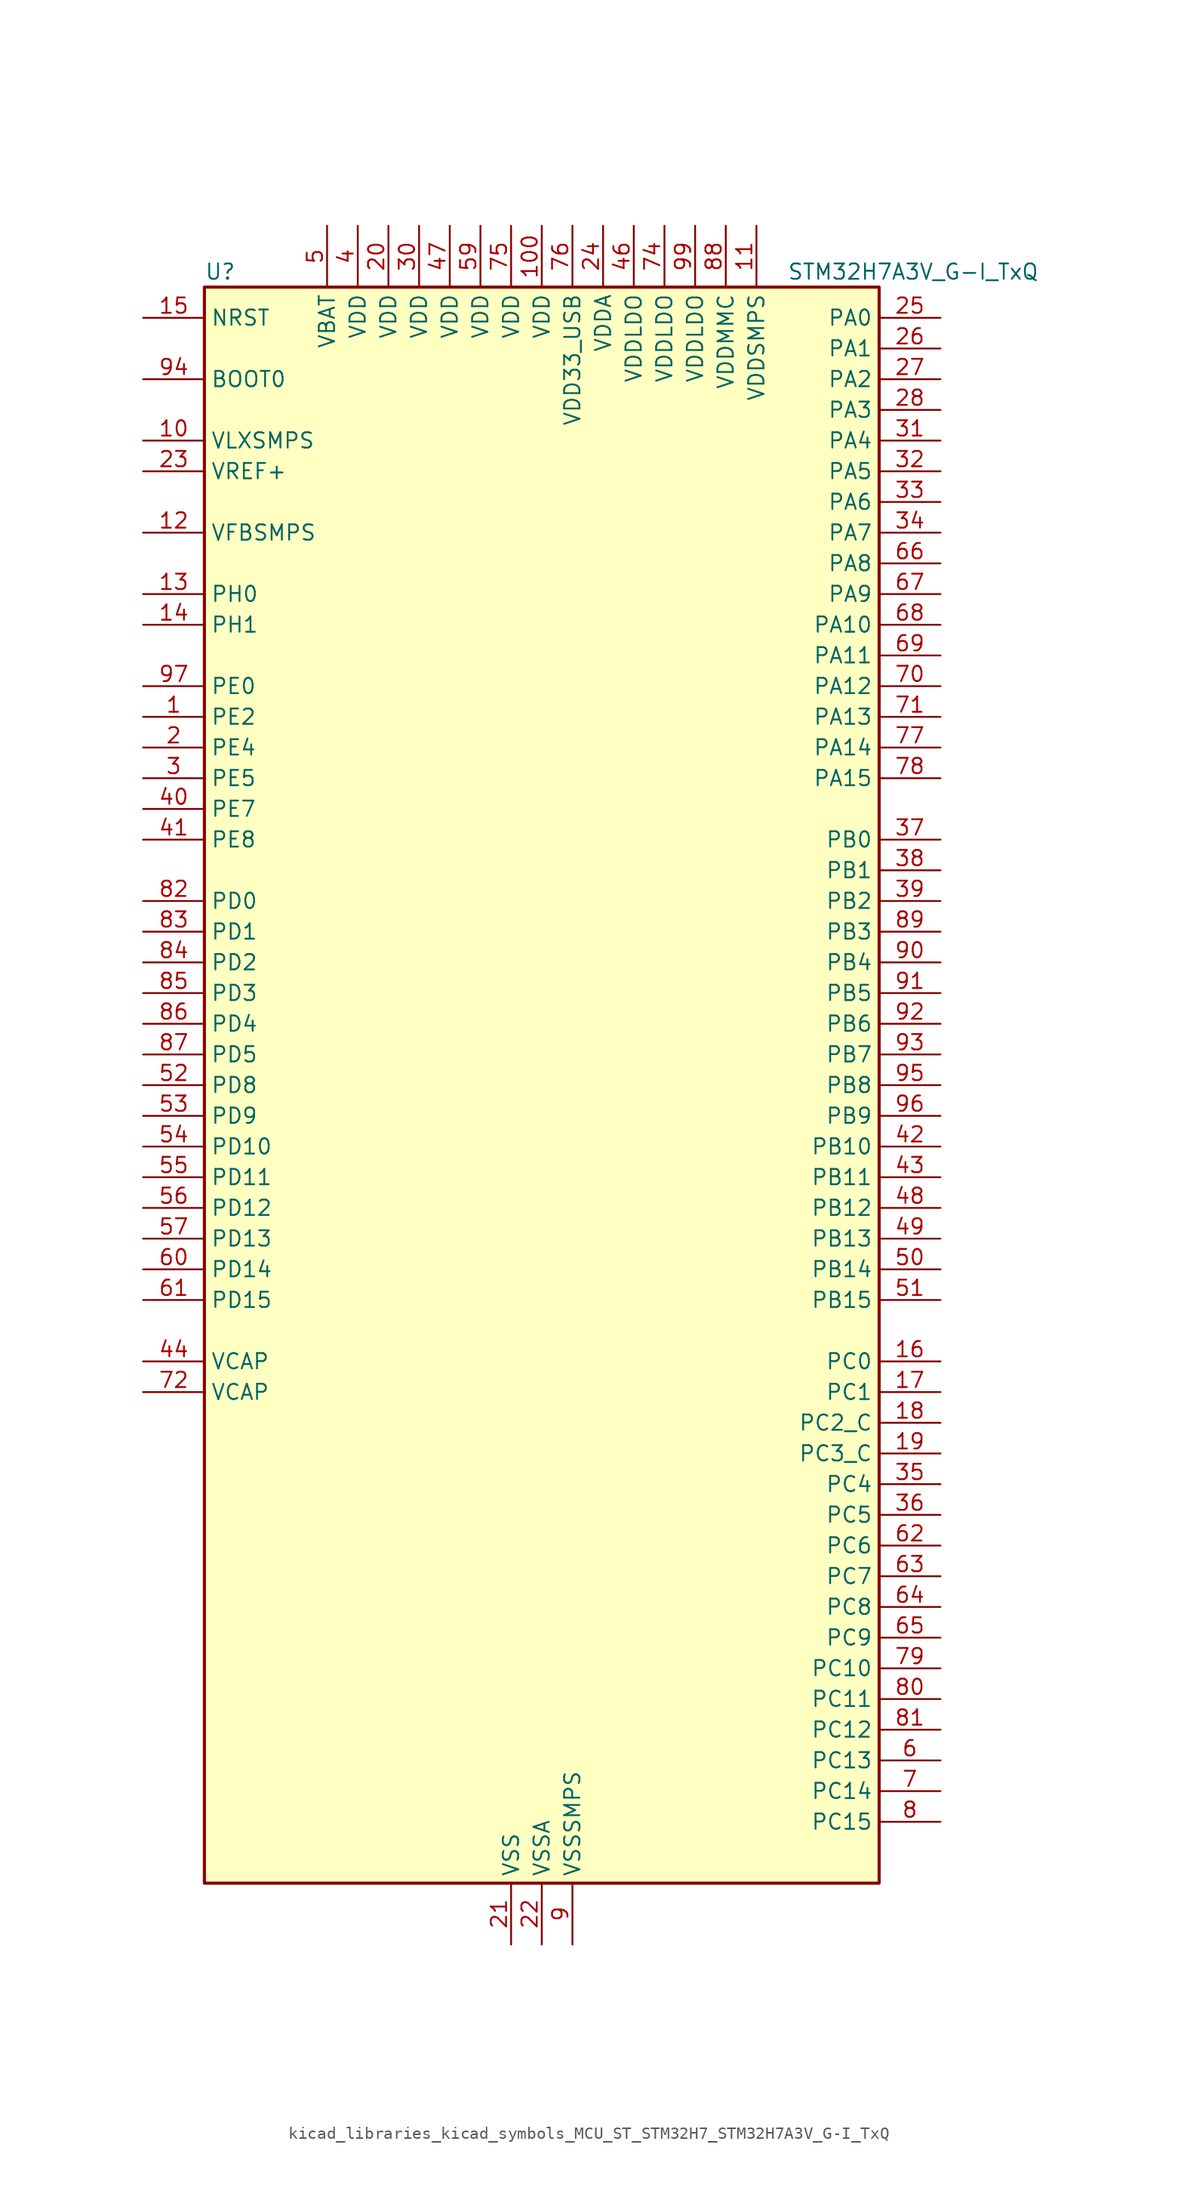
<source format=kicad_sym>
(kicad_symbol_lib
  (version 20220914)
  (generator kicad_symbol_editor)
  (symbol "kicad_libraries_kicad_symbols_MCU_ST_STM32H7_STM32H7A3V_G-I_TxQ"
    (property "Reference" "U"
      (at -27.94 67.31 0)
      (effects (font (size 1.27 1.27)) (justify left)))
    (property "Value" "STM32H7A3V_G-I_TxQ"
      (at 20.32 67.31 0)
      (effects (font (size 1.27 1.27)) (justify left)))
    (property "ki_locked" ""
      (at 0 0 0)
      (effects (font (size 1.27 1.27))))
    (symbol "kicad_libraries_kicad_symbols_MCU_ST_STM32H7_STM32H7A3V_G-I_TxQ_0_1"
      (rectangle (start -27.94 -66.04) (end 27.94 66.04) (stroke (width 0.254) (type default)) (fill (type background))))
    (symbol "kicad_libraries_kicad_symbols_MCU_ST_STM32H7_STM32H7A3V_G-I_TxQ_1_1"
      (pin bidirectional line (at -33.02 30.48 0) (length 5.08) (name "PE2" (effects (font (size 1.27 1.27)))) (number "1" (effects (font (size 1.27 1.27)))) (alternate "DEBUG_TRACECLK" bidirectional line) (alternate "FMC_A23" bidirectional line) (alternate "OCTOSPIM_P1_IO2" bidirectional line) (alternate "SAI1_CK1" bidirectional line) (alternate "SAI1_MCLK_A" bidirectional line) (alternate "SPI4_SCK" bidirectional line))
      (pin power_in line (at -33.02 53.34 0) (length 5.08) (name "VLXSMPS" (effects (font (size 1.27 1.27)))) (number "10" (effects (font (size 1.27 1.27)))))
      (pin power_in line (at 0 71.12 270) (length 5.08) (name "VDD" (effects (font (size 1.27 1.27)))) (number "100" (effects (font (size 1.27 1.27)))))
      (pin power_in line (at 17.78 71.12 270) (length 5.08) (name "VDDSMPS" (effects (font (size 1.27 1.27)))) (number "11" (effects (font (size 1.27 1.27)))))
      (pin input line (at -33.02 45.72 0) (length 5.08) (name "VFBSMPS" (effects (font (size 1.27 1.27)))) (number "12" (effects (font (size 1.27 1.27)))))
      (pin bidirectional line (at -33.02 40.64 0) (length 5.08) (name "PH0" (effects (font (size 1.27 1.27)))) (number "13" (effects (font (size 1.27 1.27)))) (alternate "RCC_OSC_IN" bidirectional line))
      (pin bidirectional line (at -33.02 38.1 0) (length 5.08) (name "PH1" (effects (font (size 1.27 1.27)))) (number "14" (effects (font (size 1.27 1.27)))) (alternate "RCC_OSC_OUT" bidirectional line))
      (pin input line (at -33.02 63.5 0) (length 5.08) (name "NRST" (effects (font (size 1.27 1.27)))) (number "15" (effects (font (size 1.27 1.27)))))
      (pin bidirectional line (at 33.02 -22.86 180) (length 5.08) (name "PC0" (effects (font (size 1.27 1.27)))) (number "16" (effects (font (size 1.27 1.27)))) (alternate "ADC1_INP10" bidirectional line) (alternate "ADC2_INP10" bidirectional line) (alternate "DFSDM1_CKIN0" bidirectional line) (alternate "DFSDM1_DATIN4" bidirectional line) (alternate "FMC_A25" bidirectional line) (alternate "FMC_SDNWE" bidirectional line) (alternate "LTDC_G2" bidirectional line) (alternate "LTDC_R5" bidirectional line) (alternate "SAI2_FS_B" bidirectional line) (alternate "USB_OTG_HS_ULPI_STP" bidirectional line))
      (pin bidirectional line (at 33.02 -25.4 180) (length 5.08) (name "PC1" (effects (font (size 1.27 1.27)))) (number "17" (effects (font (size 1.27 1.27)))) (alternate "ADC1_INN10" bidirectional line) (alternate "ADC1_INP11" bidirectional line) (alternate "ADC2_INN10" bidirectional line) (alternate "ADC2_INP11" bidirectional line) (alternate "DEBUG_TRACED0" bidirectional line) (alternate "DFSDM1_CKIN4" bidirectional line) (alternate "DFSDM1_DATIN0" bidirectional line) (alternate "I2S2_SDO" bidirectional line) (alternate "LTDC_G5" bidirectional line) (alternate "MDIOS_MDC" bidirectional line) (alternate "OCTOSPIM_P1_IO4" bidirectional line) (alternate "PWR_WKUP6" bidirectional line) (alternate "RTC_TAMP3" bidirectional line) (alternate "SAI1_D1" bidirectional line) (alternate "SAI1_SD_A" bidirectional line) (alternate "SDMMC2_CK" bidirectional line) (alternate "SPI2_MOSI" bidirectional line))
      (pin bidirectional line (at 33.02 -27.94 180) (length 5.08) (name "PC2_C" (effects (font (size 1.27 1.27)))) (number "18" (effects (font (size 1.27 1.27)))) (alternate "ADC2_INN1" bidirectional line) (alternate "ADC2_INP0" bidirectional line) (alternate "DFSDM1_CKIN1" bidirectional line) (alternate "DFSDM1_CKOUT" bidirectional line) (alternate "FMC_SDNE0" bidirectional line) (alternate "I2S2_SDI" bidirectional line) (alternate "OCTOSPIM_P1_IO2" bidirectional line) (alternate "OCTOSPIM_P1_IO5" bidirectional line) (alternate "PWR_CSTOP" bidirectional line) (alternate "SPI2_MISO" bidirectional line) (alternate "USB_OTG_HS_ULPI_DIR" bidirectional line))
      (pin bidirectional line (at 33.02 -30.48 180) (length 5.08) (name "PC3_C" (effects (font (size 1.27 1.27)))) (number "19" (effects (font (size 1.27 1.27)))) (alternate "ADC2_INP1" bidirectional line) (alternate "DFSDM1_DATIN1" bidirectional line) (alternate "FMC_SDCKE0" bidirectional line) (alternate "I2S2_SDO" bidirectional line) (alternate "OCTOSPIM_P1_IO0" bidirectional line) (alternate "OCTOSPIM_P1_IO6" bidirectional line) (alternate "PWR_CSLEEP" bidirectional line) (alternate "SPI2_MOSI" bidirectional line) (alternate "USB_OTG_HS_ULPI_NXT" bidirectional line))
      (pin bidirectional line (at -33.02 27.94 0) (length 5.08) (name "PE4" (effects (font (size 1.27 1.27)))) (number "2" (effects (font (size 1.27 1.27)))) (alternate "DCMI_D4" bidirectional line) (alternate "DEBUG_TRACED1" bidirectional line) (alternate "DFSDM1_DATIN3" bidirectional line) (alternate "FMC_A20" bidirectional line) (alternate "LTDC_B0" bidirectional line) (alternate "PSSI_D4" bidirectional line) (alternate "SAI1_D2" bidirectional line) (alternate "SAI1_FS_A" bidirectional line) (alternate "SPI4_NSS" bidirectional line) (alternate "TIM15_CH1N" bidirectional line))
      (pin power_in line (at -12.7 71.12 270) (length 5.08) (name "VDD" (effects (font (size 1.27 1.27)))) (number "20" (effects (font (size 1.27 1.27)))))
      (pin power_in line (at -2.54 -71.12 90) (length 5.08) (name "VSS" (effects (font (size 1.27 1.27)))) (number "21" (effects (font (size 1.27 1.27)))))
      (pin power_in line (at 0 -71.12 90) (length 5.08) (name "VSSA" (effects (font (size 1.27 1.27)))) (number "22" (effects (font (size 1.27 1.27)))))
      (pin input line (at -33.02 50.8 0) (length 5.08) (name "VREF+" (effects (font (size 1.27 1.27)))) (number "23" (effects (font (size 1.27 1.27)))) (alternate "VREFBUF_OUT" bidirectional line))
      (pin power_in line (at 5.08 71.12 270) (length 5.08) (name "VDDA" (effects (font (size 1.27 1.27)))) (number "24" (effects (font (size 1.27 1.27)))))
      (pin bidirectional line (at 33.02 63.5 180) (length 5.08) (name "PA0" (effects (font (size 1.27 1.27)))) (number "25" (effects (font (size 1.27 1.27)))) (alternate "ADC1_INP16" bidirectional line) (alternate "I2S6_WS" bidirectional line) (alternate "PWR_WKUP1" bidirectional line) (alternate "SAI2_SD_B" bidirectional line) (alternate "SDMMC2_CMD" bidirectional line) (alternate "SPI6_NSS" bidirectional line) (alternate "TIM15_BKIN" bidirectional line) (alternate "TIM2_CH1" bidirectional line) (alternate "TIM2_ETR" bidirectional line) (alternate "TIM5_CH1" bidirectional line) (alternate "TIM8_ETR" bidirectional line) (alternate "UART4_TX" bidirectional line) (alternate "USART2_CTS" bidirectional line) (alternate "USART2_NSS" bidirectional line))
      (pin bidirectional line (at 33.02 60.96 180) (length 5.08) (name "PA1" (effects (font (size 1.27 1.27)))) (number "26" (effects (font (size 1.27 1.27)))) (alternate "ADC1_INN16" bidirectional line) (alternate "ADC1_INP17" bidirectional line) (alternate "LPTIM3_OUT" bidirectional line) (alternate "LTDC_R2" bidirectional line) (alternate "OCTOSPIM_P1_DQS" bidirectional line) (alternate "OCTOSPIM_P1_IO3" bidirectional line) (alternate "SAI2_MCLK_B" bidirectional line) (alternate "TIM15_CH1N" bidirectional line) (alternate "TIM2_CH2" bidirectional line) (alternate "TIM5_CH2" bidirectional line) (alternate "UART4_RX" bidirectional line) (alternate "USART2_DE" bidirectional line) (alternate "USART2_RTS" bidirectional line))
      (pin bidirectional line (at 33.02 58.42 180) (length 5.08) (name "PA2" (effects (font (size 1.27 1.27)))) (number "27" (effects (font (size 1.27 1.27)))) (alternate "ADC1_INP14" bidirectional line) (alternate "DFSDM2_CKIN1" bidirectional line) (alternate "LTDC_R1" bidirectional line) (alternate "MDIOS_MDIO" bidirectional line) (alternate "PWR_WKUP2" bidirectional line) (alternate "SAI2_SCK_B" bidirectional line) (alternate "TIM15_CH1" bidirectional line) (alternate "TIM2_CH3" bidirectional line) (alternate "TIM5_CH3" bidirectional line) (alternate "USART2_TX" bidirectional line))
      (pin bidirectional line (at 33.02 55.88 180) (length 5.08) (name "PA3" (effects (font (size 1.27 1.27)))) (number "28" (effects (font (size 1.27 1.27)))) (alternate "ADC1_INP15" bidirectional line) (alternate "I2S6_MCK" bidirectional line) (alternate "LTDC_B2" bidirectional line) (alternate "LTDC_B5" bidirectional line) (alternate "OCTOSPIM_P1_CLK" bidirectional line) (alternate "TIM15_CH2" bidirectional line) (alternate "TIM2_CH4" bidirectional line) (alternate "TIM5_CH4" bidirectional line) (alternate "USART2_RX" bidirectional line) (alternate "USB_OTG_HS_ULPI_D0" bidirectional line))
      (pin passive line (at -2.54 -71.12 90) (length 5.08) hide (name "VSS" (effects (font (size 1.27 1.27)))) (number "29" (effects (font (size 1.27 1.27)))))
      (pin bidirectional line (at -33.02 25.4 0) (length 5.08) (name "PE5" (effects (font (size 1.27 1.27)))) (number "3" (effects (font (size 1.27 1.27)))) (alternate "DCMI_D6" bidirectional line) (alternate "DEBUG_TRACED2" bidirectional line) (alternate "DFSDM1_CKIN3" bidirectional line) (alternate "FMC_A21" bidirectional line) (alternate "LTDC_G0" bidirectional line) (alternate "PSSI_D6" bidirectional line) (alternate "SAI1_CK2" bidirectional line) (alternate "SAI1_SCK_A" bidirectional line) (alternate "SPI4_MISO" bidirectional line) (alternate "TIM15_CH1" bidirectional line))
      (pin power_in line (at -10.16 71.12 270) (length 5.08) (name "VDD" (effects (font (size 1.27 1.27)))) (number "30" (effects (font (size 1.27 1.27)))))
      (pin bidirectional line (at 33.02 53.34 180) (length 5.08) (name "PA4" (effects (font (size 1.27 1.27)))) (number "31" (effects (font (size 1.27 1.27)))) (alternate "ADC1_INP18" bidirectional line) (alternate "DAC1_OUT1" bidirectional line) (alternate "DCMI_HSYNC" bidirectional line) (alternate "I2S1_WS" bidirectional line) (alternate "I2S3_WS" bidirectional line) (alternate "I2S6_WS" bidirectional line) (alternate "LTDC_VSYNC" bidirectional line) (alternate "PSSI_DE" bidirectional line) (alternate "SPI1_NSS" bidirectional line) (alternate "SPI3_NSS" bidirectional line) (alternate "SPI6_NSS" bidirectional line) (alternate "TIM5_ETR" bidirectional line) (alternate "USART2_CK" bidirectional line))
      (pin bidirectional line (at 33.02 50.8 180) (length 5.08) (name "PA5" (effects (font (size 1.27 1.27)))) (number "32" (effects (font (size 1.27 1.27)))) (alternate "ADC1_INN18" bidirectional line) (alternate "ADC1_INP19" bidirectional line) (alternate "DAC1_OUT2" bidirectional line) (alternate "I2S1_CK" bidirectional line) (alternate "I2S6_CK" bidirectional line) (alternate "LTDC_R4" bidirectional line) (alternate "PSSI_D14" bidirectional line) (alternate "PWR_NDSTOP2" bidirectional line) (alternate "SPI1_SCK" bidirectional line) (alternate "SPI6_SCK" bidirectional line) (alternate "TIM2_CH1" bidirectional line) (alternate "TIM2_ETR" bidirectional line) (alternate "TIM8_CH1N" bidirectional line) (alternate "USB_OTG_HS_ULPI_CK" bidirectional line))
      (pin bidirectional line (at 33.02 48.26 180) (length 5.08) (name "PA6" (effects (font (size 1.27 1.27)))) (number "33" (effects (font (size 1.27 1.27)))) (alternate "ADC1_INP3" bidirectional line) (alternate "ADC2_INP3" bidirectional line) (alternate "DAC2_OUT1" bidirectional line) (alternate "DCMI_PIXCLK" bidirectional line) (alternate "I2S1_SDI" bidirectional line) (alternate "I2S6_SDI" bidirectional line) (alternate "LTDC_G2" bidirectional line) (alternate "MDIOS_MDC" bidirectional line) (alternate "OCTOSPIM_P1_IO3" bidirectional line) (alternate "PSSI_PDCK" bidirectional line) (alternate "SPI1_MISO" bidirectional line) (alternate "SPI6_MISO" bidirectional line) (alternate "TIM13_CH1" bidirectional line) (alternate "TIM1_BKIN" bidirectional line) (alternate "TIM1_BKIN_COMP1" bidirectional line) (alternate "TIM1_BKIN_COMP2" bidirectional line) (alternate "TIM3_CH1" bidirectional line) (alternate "TIM8_BKIN" bidirectional line) (alternate "TIM8_BKIN_COMP1" bidirectional line) (alternate "TIM8_BKIN_COMP2" bidirectional line))
      (pin bidirectional line (at 33.02 45.72 180) (length 5.08) (name "PA7" (effects (font (size 1.27 1.27)))) (number "34" (effects (font (size 1.27 1.27)))) (alternate "ADC1_INN3" bidirectional line) (alternate "ADC1_INP7" bidirectional line) (alternate "ADC2_INN3" bidirectional line) (alternate "ADC2_INP7" bidirectional line) (alternate "DFSDM2_DATIN1" bidirectional line) (alternate "FMC_SDNWE" bidirectional line) (alternate "I2S1_SDO" bidirectional line) (alternate "I2S6_SDO" bidirectional line) (alternate "LTDC_VSYNC" bidirectional line) (alternate "OCTOSPIM_P1_IO2" bidirectional line) (alternate "OPAMP1_VINM" bidirectional line) (alternate "SPI1_MOSI" bidirectional line) (alternate "SPI6_MOSI" bidirectional line) (alternate "TIM14_CH1" bidirectional line) (alternate "TIM1_CH1N" bidirectional line) (alternate "TIM3_CH2" bidirectional line) (alternate "TIM8_CH1N" bidirectional line))
      (pin bidirectional line (at 33.02 -33.02 180) (length 5.08) (name "PC4" (effects (font (size 1.27 1.27)))) (number "35" (effects (font (size 1.27 1.27)))) (alternate "ADC1_INP4" bidirectional line) (alternate "ADC2_INP4" bidirectional line) (alternate "COMP1_INM" bidirectional line) (alternate "DFSDM1_CKIN2" bidirectional line) (alternate "FMC_SDNE0" bidirectional line) (alternate "I2S1_MCK" bidirectional line) (alternate "LTDC_R7" bidirectional line) (alternate "OPAMP1_VOUT" bidirectional line))
      (pin bidirectional line (at 33.02 -35.56 180) (length 5.08) (name "PC5" (effects (font (size 1.27 1.27)))) (number "36" (effects (font (size 1.27 1.27)))) (alternate "ADC1_INN4" bidirectional line) (alternate "ADC1_INP8" bidirectional line) (alternate "ADC2_INN4" bidirectional line) (alternate "ADC2_INP8" bidirectional line) (alternate "COMP1_OUT" bidirectional line) (alternate "DFSDM1_DATIN2" bidirectional line) (alternate "FMC_SDCKE0" bidirectional line) (alternate "LTDC_DE" bidirectional line) (alternate "OCTOSPIM_P1_DQS" bidirectional line) (alternate "OPAMP1_VINM" bidirectional line) (alternate "PSSI_D15" bidirectional line) (alternate "SAI1_D3" bidirectional line))
      (pin bidirectional line (at 33.02 20.32 180) (length 5.08) (name "PB0" (effects (font (size 1.27 1.27)))) (number "37" (effects (font (size 1.27 1.27)))) (alternate "ADC1_INN5" bidirectional line) (alternate "ADC1_INP9" bidirectional line) (alternate "ADC2_INN5" bidirectional line) (alternate "ADC2_INP9" bidirectional line) (alternate "COMP1_INP" bidirectional line) (alternate "DFSDM1_CKOUT" bidirectional line) (alternate "DFSDM2_CKOUT" bidirectional line) (alternate "LTDC_G1" bidirectional line) (alternate "LTDC_R3" bidirectional line) (alternate "OCTOSPIM_P1_IO1" bidirectional line) (alternate "OPAMP1_VINP" bidirectional line) (alternate "TIM1_CH2N" bidirectional line) (alternate "TIM3_CH3" bidirectional line) (alternate "TIM8_CH2N" bidirectional line) (alternate "UART4_CTS" bidirectional line) (alternate "USB_OTG_HS_ULPI_D1" bidirectional line))
      (pin bidirectional line (at 33.02 17.78 180) (length 5.08) (name "PB1" (effects (font (size 1.27 1.27)))) (number "38" (effects (font (size 1.27 1.27)))) (alternate "ADC1_INP5" bidirectional line) (alternate "ADC2_INP5" bidirectional line) (alternate "COMP1_INM" bidirectional line) (alternate "DFSDM1_DATIN1" bidirectional line) (alternate "LTDC_G0" bidirectional line) (alternate "LTDC_R6" bidirectional line) (alternate "OCTOSPIM_P1_IO0" bidirectional line) (alternate "TIM1_CH3N" bidirectional line) (alternate "TIM3_CH4" bidirectional line) (alternate "TIM8_CH3N" bidirectional line) (alternate "USB_OTG_HS_ULPI_D2" bidirectional line))
      (pin bidirectional line (at 33.02 15.24 180) (length 5.08) (name "PB2" (effects (font (size 1.27 1.27)))) (number "39" (effects (font (size 1.27 1.27)))) (alternate "COMP1_INP" bidirectional line) (alternate "DFSDM1_CKIN1" bidirectional line) (alternate "I2S3_SDO" bidirectional line) (alternate "OCTOSPIM_P1_CLK" bidirectional line) (alternate "OCTOSPIM_P1_DQS" bidirectional line) (alternate "RTC_OUT_ALARM" bidirectional line) (alternate "RTC_OUT_CALIB" bidirectional line) (alternate "SAI1_D1" bidirectional line) (alternate "SAI1_SD_A" bidirectional line) (alternate "SPI3_MOSI" bidirectional line))
      (pin power_in line (at -15.24 71.12 270) (length 5.08) (name "VDD" (effects (font (size 1.27 1.27)))) (number "4" (effects (font (size 1.27 1.27)))))
      (pin bidirectional line (at -33.02 22.86 0) (length 5.08) (name "PE7" (effects (font (size 1.27 1.27)))) (number "40" (effects (font (size 1.27 1.27)))) (alternate "COMP2_INM" bidirectional line) (alternate "DFSDM1_DATIN2" bidirectional line) (alternate "FMC_D4" bidirectional line) (alternate "FMC_DA4" bidirectional line) (alternate "OCTOSPIM_P1_IO4" bidirectional line) (alternate "OPAMP2_VOUT" bidirectional line) (alternate "TIM1_ETR" bidirectional line) (alternate "UART7_RX" bidirectional line))
      (pin bidirectional line (at -33.02 20.32 0) (length 5.08) (name "PE8" (effects (font (size 1.27 1.27)))) (number "41" (effects (font (size 1.27 1.27)))) (alternate "COMP2_OUT" bidirectional line) (alternate "DFSDM1_CKIN2" bidirectional line) (alternate "FMC_D5" bidirectional line) (alternate "FMC_DA5" bidirectional line) (alternate "OCTOSPIM_P1_IO5" bidirectional line) (alternate "OPAMP2_VINM" bidirectional line) (alternate "TIM1_CH1N" bidirectional line) (alternate "UART7_TX" bidirectional line))
      (pin bidirectional line (at 33.02 -5.08 180) (length 5.08) (name "PB10" (effects (font (size 1.27 1.27)))) (number "42" (effects (font (size 1.27 1.27)))) (alternate "DFSDM1_DATIN7" bidirectional line) (alternate "I2C2_SCL" bidirectional line) (alternate "I2S2_CK" bidirectional line) (alternate "LPTIM2_IN1" bidirectional line) (alternate "LTDC_G4" bidirectional line) (alternate "OCTOSPIM_P1_NCS" bidirectional line) (alternate "SPI2_SCK" bidirectional line) (alternate "TIM2_CH3" bidirectional line) (alternate "USART3_TX" bidirectional line) (alternate "USB_OTG_HS_ULPI_D3" bidirectional line))
      (pin bidirectional line (at 33.02 -7.62 180) (length 5.08) (name "PB11" (effects (font (size 1.27 1.27)))) (number "43" (effects (font (size 1.27 1.27)))) (alternate "ADC1_EXTI11" bidirectional line) (alternate "ADC2_EXTI11" bidirectional line) (alternate "DFSDM1_CKIN7" bidirectional line) (alternate "I2C2_SDA" bidirectional line) (alternate "LPTIM2_ETR" bidirectional line) (alternate "LTDC_G5" bidirectional line) (alternate "TIM2_CH4" bidirectional line) (alternate "USART3_RX" bidirectional line) (alternate "USB_OTG_HS_ULPI_D4" bidirectional line))
      (pin power_out line (at -33.02 -22.86 0) (length 5.08) (name "VCAP" (effects (font (size 1.27 1.27)))) (number "44" (effects (font (size 1.27 1.27)))))
      (pin passive line (at -2.54 -71.12 90) (length 5.08) hide (name "VSS" (effects (font (size 1.27 1.27)))) (number "45" (effects (font (size 1.27 1.27)))))
      (pin power_in line (at 7.62 71.12 270) (length 5.08) (name "VDDLDO" (effects (font (size 1.27 1.27)))) (number "46" (effects (font (size 1.27 1.27)))))
      (pin power_in line (at -7.62 71.12 270) (length 5.08) (name "VDD" (effects (font (size 1.27 1.27)))) (number "47" (effects (font (size 1.27 1.27)))))
      (pin bidirectional line (at 33.02 -10.16 180) (length 5.08) (name "PB12" (effects (font (size 1.27 1.27)))) (number "48" (effects (font (size 1.27 1.27)))) (alternate "DFSDM1_DATIN1" bidirectional line) (alternate "DFSDM2_DATIN1" bidirectional line) (alternate "FDCAN2_RX" bidirectional line) (alternate "I2C2_SMBA" bidirectional line) (alternate "I2S2_WS" bidirectional line) (alternate "OCTOSPIM_P1_NCLK" bidirectional line) (alternate "SPI2_NSS" bidirectional line) (alternate "TIM1_BKIN" bidirectional line) (alternate "TIM1_BKIN_COMP1" bidirectional line) (alternate "TIM1_BKIN_COMP2" bidirectional line) (alternate "UART5_RX" bidirectional line) (alternate "USART3_CK" bidirectional line) (alternate "USB_OTG_HS_ULPI_D5" bidirectional line))
      (pin bidirectional line (at 33.02 -12.7 180) (length 5.08) (name "PB13" (effects (font (size 1.27 1.27)))) (number "49" (effects (font (size 1.27 1.27)))) (alternate "DCMI_D2" bidirectional line) (alternate "DFSDM1_CKIN1" bidirectional line) (alternate "DFSDM2_CKIN1" bidirectional line) (alternate "FDCAN2_TX" bidirectional line) (alternate "I2S2_CK" bidirectional line) (alternate "LPTIM2_OUT" bidirectional line) (alternate "PSSI_D2" bidirectional line) (alternate "SDMMC1_D0" bidirectional line) (alternate "SPI2_SCK" bidirectional line) (alternate "TIM1_CH1N" bidirectional line) (alternate "UART5_TX" bidirectional line) (alternate "USART3_CTS" bidirectional line) (alternate "USART3_NSS" bidirectional line) (alternate "USB_OTG_HS_ULPI_D6" bidirectional line))
      (pin power_in line (at -17.78 71.12 270) (length 5.08) (name "VBAT" (effects (font (size 1.27 1.27)))) (number "5" (effects (font (size 1.27 1.27)))))
      (pin bidirectional line (at 33.02 -15.24 180) (length 5.08) (name "PB14" (effects (font (size 1.27 1.27)))) (number "50" (effects (font (size 1.27 1.27)))) (alternate "DFSDM1_DATIN2" bidirectional line) (alternate "I2S2_SDI" bidirectional line) (alternate "LTDC_CLK" bidirectional line) (alternate "SDMMC2_D0" bidirectional line) (alternate "SPI2_MISO" bidirectional line) (alternate "TIM12_CH1" bidirectional line) (alternate "TIM1_CH2N" bidirectional line) (alternate "TIM8_CH2N" bidirectional line) (alternate "UART4_DE" bidirectional line) (alternate "UART4_RTS" bidirectional line) (alternate "USART1_TX" bidirectional line) (alternate "USART3_DE" bidirectional line) (alternate "USART3_RTS" bidirectional line))
      (pin bidirectional line (at 33.02 -17.78 180) (length 5.08) (name "PB15" (effects (font (size 1.27 1.27)))) (number "51" (effects (font (size 1.27 1.27)))) (alternate "ADC1_EXTI15" bidirectional line) (alternate "ADC2_EXTI15" bidirectional line) (alternate "DFSDM1_CKIN2" bidirectional line) (alternate "I2S2_SDO" bidirectional line) (alternate "LTDC_G7" bidirectional line) (alternate "RTC_REFIN" bidirectional line) (alternate "SDMMC2_D1" bidirectional line) (alternate "SPI2_MOSI" bidirectional line) (alternate "TIM12_CH2" bidirectional line) (alternate "TIM1_CH3N" bidirectional line) (alternate "TIM8_CH3N" bidirectional line) (alternate "UART4_CTS" bidirectional line) (alternate "USART1_RX" bidirectional line))
      (pin bidirectional line (at -33.02 0 0) (length 5.08) (name "PD8" (effects (font (size 1.27 1.27)))) (number "52" (effects (font (size 1.27 1.27)))) (alternate "DFSDM1_CKIN3" bidirectional line) (alternate "FMC_D13" bidirectional line) (alternate "FMC_DA13" bidirectional line) (alternate "USART3_TX" bidirectional line))
      (pin bidirectional line (at -33.02 -2.54 0) (length 5.08) (name "PD9" (effects (font (size 1.27 1.27)))) (number "53" (effects (font (size 1.27 1.27)))) (alternate "DAC1_EXTI9" bidirectional line) (alternate "DFSDM1_DATIN3" bidirectional line) (alternate "FMC_D14" bidirectional line) (alternate "FMC_DA14" bidirectional line) (alternate "USART3_RX" bidirectional line))
      (pin bidirectional line (at -33.02 -5.08 0) (length 5.08) (name "PD10" (effects (font (size 1.27 1.27)))) (number "54" (effects (font (size 1.27 1.27)))) (alternate "DFSDM1_CKOUT" bidirectional line) (alternate "DFSDM2_CKOUT" bidirectional line) (alternate "FMC_D15" bidirectional line) (alternate "FMC_DA15" bidirectional line) (alternate "LTDC_B3" bidirectional line) (alternate "USART3_CK" bidirectional line))
      (pin bidirectional line (at -33.02 -7.62 0) (length 5.08) (name "PD11" (effects (font (size 1.27 1.27)))) (number "55" (effects (font (size 1.27 1.27)))) (alternate "ADC1_EXTI11" bidirectional line) (alternate "ADC2_EXTI11" bidirectional line) (alternate "FMC_A16" bidirectional line) (alternate "FMC_CLE" bidirectional line) (alternate "I2C4_SMBA" bidirectional line) (alternate "LPTIM2_IN2" bidirectional line) (alternate "OCTOSPIM_P1_IO0" bidirectional line) (alternate "SAI2_SD_A" bidirectional line) (alternate "USART3_CTS" bidirectional line) (alternate "USART3_NSS" bidirectional line))
      (pin bidirectional line (at -33.02 -10.16 0) (length 5.08) (name "PD12" (effects (font (size 1.27 1.27)))) (number "56" (effects (font (size 1.27 1.27)))) (alternate "DCMI_D12" bidirectional line) (alternate "FMC_A17" bidirectional line) (alternate "FMC_ALE" bidirectional line) (alternate "I2C4_SCL" bidirectional line) (alternate "LPTIM1_IN1" bidirectional line) (alternate "LPTIM2_IN1" bidirectional line) (alternate "OCTOSPIM_P1_IO1" bidirectional line) (alternate "PSSI_D12" bidirectional line) (alternate "SAI2_FS_A" bidirectional line) (alternate "TIM4_CH1" bidirectional line) (alternate "USART3_DE" bidirectional line) (alternate "USART3_RTS" bidirectional line))
      (pin bidirectional line (at -33.02 -12.7 0) (length 5.08) (name "PD13" (effects (font (size 1.27 1.27)))) (number "57" (effects (font (size 1.27 1.27)))) (alternate "DCMI_D13" bidirectional line) (alternate "FMC_A18" bidirectional line) (alternate "I2C4_SDA" bidirectional line) (alternate "LPTIM1_OUT" bidirectional line) (alternate "OCTOSPIM_P1_IO3" bidirectional line) (alternate "PSSI_D13" bidirectional line) (alternate "SAI2_SCK_A" bidirectional line) (alternate "TIM4_CH2" bidirectional line) (alternate "UART9_DE" bidirectional line) (alternate "UART9_RTS" bidirectional line))
      (pin passive line (at -2.54 -71.12 90) (length 5.08) hide (name "VSS" (effects (font (size 1.27 1.27)))) (number "58" (effects (font (size 1.27 1.27)))))
      (pin power_in line (at -5.08 71.12 270) (length 5.08) (name "VDD" (effects (font (size 1.27 1.27)))) (number "59" (effects (font (size 1.27 1.27)))))
      (pin bidirectional line (at 33.02 -55.88 180) (length 5.08) (name "PC13" (effects (font (size 1.27 1.27)))) (number "6" (effects (font (size 1.27 1.27)))) (alternate "PWR_WKUP4" bidirectional line) (alternate "RTC_OUT_ALARM" bidirectional line) (alternate "RTC_OUT_CALIB" bidirectional line) (alternate "RTC_TAMP1" bidirectional line) (alternate "RTC_TS" bidirectional line))
      (pin bidirectional line (at -33.02 -15.24 0) (length 5.08) (name "PD14" (effects (font (size 1.27 1.27)))) (number "60" (effects (font (size 1.27 1.27)))) (alternate "FMC_D0" bidirectional line) (alternate "FMC_DA0" bidirectional line) (alternate "TIM4_CH3" bidirectional line) (alternate "UART8_CTS" bidirectional line) (alternate "UART9_RX" bidirectional line))
      (pin bidirectional line (at -33.02 -17.78 0) (length 5.08) (name "PD15" (effects (font (size 1.27 1.27)))) (number "61" (effects (font (size 1.27 1.27)))) (alternate "ADC1_EXTI15" bidirectional line) (alternate "ADC2_EXTI15" bidirectional line) (alternate "FMC_D1" bidirectional line) (alternate "FMC_DA1" bidirectional line) (alternate "TIM4_CH4" bidirectional line) (alternate "UART8_DE" bidirectional line) (alternate "UART8_RTS" bidirectional line) (alternate "UART9_TX" bidirectional line))
      (pin bidirectional line (at 33.02 -38.1 180) (length 5.08) (name "PC6" (effects (font (size 1.27 1.27)))) (number "62" (effects (font (size 1.27 1.27)))) (alternate "DCMI_D0" bidirectional line) (alternate "DFSDM1_CKIN3" bidirectional line) (alternate "FMC_NWAIT" bidirectional line) (alternate "I2S2_MCK" bidirectional line) (alternate "LTDC_HSYNC" bidirectional line) (alternate "PSSI_D0" bidirectional line) (alternate "SDMMC1_D0DIR" bidirectional line) (alternate "SDMMC1_D6" bidirectional line) (alternate "SDMMC2_D6" bidirectional line) (alternate "SWPMI1_IO" bidirectional line) (alternate "TIM3_CH1" bidirectional line) (alternate "TIM8_CH1" bidirectional line) (alternate "USART6_TX" bidirectional line))
      (pin bidirectional line (at 33.02 -40.64 180) (length 5.08) (name "PC7" (effects (font (size 1.27 1.27)))) (number "63" (effects (font (size 1.27 1.27)))) (alternate "DCMI_D1" bidirectional line) (alternate "DEBUG_TRGIO" bidirectional line) (alternate "DFSDM1_DATIN3" bidirectional line) (alternate "FMC_NE1" bidirectional line) (alternate "I2S3_MCK" bidirectional line) (alternate "LTDC_G6" bidirectional line) (alternate "PSSI_D1" bidirectional line) (alternate "SDMMC1_D123DIR" bidirectional line) (alternate "SDMMC1_D7" bidirectional line) (alternate "SDMMC2_D7" bidirectional line) (alternate "SWPMI1_TX" bidirectional line) (alternate "TIM3_CH2" bidirectional line) (alternate "TIM8_CH2" bidirectional line) (alternate "USART6_RX" bidirectional line))
      (pin bidirectional line (at 33.02 -43.18 180) (length 5.08) (name "PC8" (effects (font (size 1.27 1.27)))) (number "64" (effects (font (size 1.27 1.27)))) (alternate "DCMI_D2" bidirectional line) (alternate "DEBUG_TRACED1" bidirectional line) (alternate "FMC_INT" bidirectional line) (alternate "FMC_NCE" bidirectional line) (alternate "FMC_NE2" bidirectional line) (alternate "PSSI_D2" bidirectional line) (alternate "SDMMC1_D0" bidirectional line) (alternate "SWPMI1_RX" bidirectional line) (alternate "TIM3_CH3" bidirectional line) (alternate "TIM8_CH3" bidirectional line) (alternate "UART5_DE" bidirectional line) (alternate "UART5_RTS" bidirectional line) (alternate "USART6_CK" bidirectional line))
      (pin bidirectional line (at 33.02 -45.72 180) (length 5.08) (name "PC9" (effects (font (size 1.27 1.27)))) (number "65" (effects (font (size 1.27 1.27)))) (alternate "DAC1_EXTI9" bidirectional line) (alternate "DCMI_D3" bidirectional line) (alternate "I2C3_SDA" bidirectional line) (alternate "I2S_CKIN" bidirectional line) (alternate "LTDC_B2" bidirectional line) (alternate "LTDC_G3" bidirectional line) (alternate "OCTOSPIM_P1_IO0" bidirectional line) (alternate "PSSI_D3" bidirectional line) (alternate "RCC_MCO_2" bidirectional line) (alternate "SDMMC1_D1" bidirectional line) (alternate "SWPMI1_SUSPEND" bidirectional line) (alternate "TIM3_CH4" bidirectional line) (alternate "TIM8_CH4" bidirectional line) (alternate "UART5_CTS" bidirectional line))
      (pin bidirectional line (at 33.02 43.18 180) (length 5.08) (name "PA8" (effects (font (size 1.27 1.27)))) (number "66" (effects (font (size 1.27 1.27)))) (alternate "I2C3_SCL" bidirectional line) (alternate "LTDC_B3" bidirectional line) (alternate "LTDC_R6" bidirectional line) (alternate "RCC_MCO_1" bidirectional line) (alternate "TIM1_CH1" bidirectional line) (alternate "TIM8_BKIN2" bidirectional line) (alternate "TIM8_BKIN2_COMP1" bidirectional line) (alternate "TIM8_BKIN2_COMP2" bidirectional line) (alternate "UART7_RX" bidirectional line) (alternate "USART1_CK" bidirectional line) (alternate "USB_OTG_HS_SOF" bidirectional line))
      (pin bidirectional line (at 33.02 40.64 180) (length 5.08) (name "PA9" (effects (font (size 1.27 1.27)))) (number "67" (effects (font (size 1.27 1.27)))) (alternate "DAC1_EXTI9" bidirectional line) (alternate "DCMI_D0" bidirectional line) (alternate "I2C3_SMBA" bidirectional line) (alternate "I2S2_CK" bidirectional line) (alternate "LPUART1_TX" bidirectional line) (alternate "LTDC_R5" bidirectional line) (alternate "PSSI_D0" bidirectional line) (alternate "SPI2_SCK" bidirectional line) (alternate "TIM1_CH2" bidirectional line) (alternate "USART1_TX" bidirectional line) (alternate "USB_OTG_HS_VBUS" bidirectional line))
      (pin bidirectional line (at 33.02 38.1 180) (length 5.08) (name "PA10" (effects (font (size 1.27 1.27)))) (number "68" (effects (font (size 1.27 1.27)))) (alternate "DCMI_D1" bidirectional line) (alternate "LPUART1_RX" bidirectional line) (alternate "LTDC_B1" bidirectional line) (alternate "LTDC_B4" bidirectional line) (alternate "MDIOS_MDIO" bidirectional line) (alternate "PSSI_D1" bidirectional line) (alternate "TIM1_CH3" bidirectional line) (alternate "USART1_RX" bidirectional line) (alternate "USB_OTG_HS_ID" bidirectional line))
      (pin bidirectional line (at 33.02 35.56 180) (length 5.08) (name "PA11" (effects (font (size 1.27 1.27)))) (number "69" (effects (font (size 1.27 1.27)))) (alternate "ADC1_EXTI11" bidirectional line) (alternate "ADC2_EXTI11" bidirectional line) (alternate "FDCAN1_RX" bidirectional line) (alternate "I2S2_WS" bidirectional line) (alternate "LPUART1_CTS" bidirectional line) (alternate "LTDC_R4" bidirectional line) (alternate "SPI2_NSS" bidirectional line) (alternate "TIM1_CH4" bidirectional line) (alternate "UART4_RX" bidirectional line) (alternate "USART1_CTS" bidirectional line) (alternate "USART1_NSS" bidirectional line) (alternate "USB_OTG_HS_DM" bidirectional line))
      (pin bidirectional line (at 33.02 -58.42 180) (length 5.08) (name "PC14" (effects (font (size 1.27 1.27)))) (number "7" (effects (font (size 1.27 1.27)))) (alternate "RCC_OSC32_IN" bidirectional line))
      (pin bidirectional line (at 33.02 33.02 180) (length 5.08) (name "PA12" (effects (font (size 1.27 1.27)))) (number "70" (effects (font (size 1.27 1.27)))) (alternate "FDCAN1_TX" bidirectional line) (alternate "I2S2_CK" bidirectional line) (alternate "LPUART1_DE" bidirectional line) (alternate "LPUART1_RTS" bidirectional line) (alternate "LTDC_R5" bidirectional line) (alternate "SAI2_FS_B" bidirectional line) (alternate "SPI2_SCK" bidirectional line) (alternate "TIM1_ETR" bidirectional line) (alternate "UART4_TX" bidirectional line) (alternate "USART1_DE" bidirectional line) (alternate "USART1_RTS" bidirectional line) (alternate "USB_OTG_HS_DP" bidirectional line))
      (pin bidirectional line (at 33.02 30.48 180) (length 5.08) (name "PA13" (effects (font (size 1.27 1.27)))) (number "71" (effects (font (size 1.27 1.27)))) (alternate "DEBUG_JTMS-SWDIO" bidirectional line))
      (pin power_out line (at -33.02 -25.4 0) (length 5.08) (name "VCAP" (effects (font (size 1.27 1.27)))) (number "72" (effects (font (size 1.27 1.27)))))
      (pin passive line (at -2.54 -71.12 90) (length 5.08) hide (name "VSS" (effects (font (size 1.27 1.27)))) (number "73" (effects (font (size 1.27 1.27)))))
      (pin power_in line (at 10.16 71.12 270) (length 5.08) (name "VDDLDO" (effects (font (size 1.27 1.27)))) (number "74" (effects (font (size 1.27 1.27)))))
      (pin power_in line (at -2.54 71.12 270) (length 5.08) (name "VDD" (effects (font (size 1.27 1.27)))) (number "75" (effects (font (size 1.27 1.27)))))
      (pin power_in line (at 2.54 71.12 270) (length 5.08) (name "VDD33_USB" (effects (font (size 1.27 1.27)))) (number "76" (effects (font (size 1.27 1.27)))))
      (pin bidirectional line (at 33.02 27.94 180) (length 5.08) (name "PA14" (effects (font (size 1.27 1.27)))) (number "77" (effects (font (size 1.27 1.27)))) (alternate "DEBUG_JTCK-SWCLK" bidirectional line))
      (pin bidirectional line (at 33.02 25.4 180) (length 5.08) (name "PA15" (effects (font (size 1.27 1.27)))) (number "78" (effects (font (size 1.27 1.27)))) (alternate "ADC1_EXTI15" bidirectional line) (alternate "ADC2_EXTI15" bidirectional line) (alternate "CEC" bidirectional line) (alternate "DEBUG_JTDI" bidirectional line) (alternate "I2S1_WS" bidirectional line) (alternate "I2S3_WS" bidirectional line) (alternate "I2S6_WS" bidirectional line) (alternate "LTDC_B6" bidirectional line) (alternate "LTDC_R3" bidirectional line) (alternate "SPI1_NSS" bidirectional line) (alternate "SPI3_NSS" bidirectional line) (alternate "SPI6_NSS" bidirectional line) (alternate "TIM2_CH1" bidirectional line) (alternate "TIM2_ETR" bidirectional line) (alternate "UART4_DE" bidirectional line) (alternate "UART4_RTS" bidirectional line) (alternate "UART7_TX" bidirectional line))
      (pin bidirectional line (at 33.02 -48.26 180) (length 5.08) (name "PC10" (effects (font (size 1.27 1.27)))) (number "79" (effects (font (size 1.27 1.27)))) (alternate "DCMI_D8" bidirectional line) (alternate "DFSDM1_CKIN5" bidirectional line) (alternate "DFSDM2_CKIN0" bidirectional line) (alternate "I2S3_CK" bidirectional line) (alternate "LTDC_B1" bidirectional line) (alternate "LTDC_R2" bidirectional line) (alternate "OCTOSPIM_P1_IO1" bidirectional line) (alternate "PSSI_D8" bidirectional line) (alternate "SDMMC1_D2" bidirectional line) (alternate "SPI3_SCK" bidirectional line) (alternate "SWPMI1_RX" bidirectional line) (alternate "UART4_TX" bidirectional line) (alternate "USART3_TX" bidirectional line))
      (pin bidirectional line (at 33.02 -60.96 180) (length 5.08) (name "PC15" (effects (font (size 1.27 1.27)))) (number "8" (effects (font (size 1.27 1.27)))) (alternate "ADC1_EXTI15" bidirectional line) (alternate "ADC2_EXTI15" bidirectional line) (alternate "RCC_OSC32_OUT" bidirectional line))
      (pin bidirectional line (at 33.02 -50.8 180) (length 5.08) (name "PC11" (effects (font (size 1.27 1.27)))) (number "80" (effects (font (size 1.27 1.27)))) (alternate "ADC1_EXTI11" bidirectional line) (alternate "ADC2_EXTI11" bidirectional line) (alternate "DCMI_D4" bidirectional line) (alternate "DFSDM1_DATIN5" bidirectional line) (alternate "DFSDM2_DATIN0" bidirectional line) (alternate "I2S3_SDI" bidirectional line) (alternate "LTDC_B4" bidirectional line) (alternate "OCTOSPIM_P1_NCS" bidirectional line) (alternate "PSSI_D4" bidirectional line) (alternate "SDMMC1_D3" bidirectional line) (alternate "SPI3_MISO" bidirectional line) (alternate "UART4_RX" bidirectional line) (alternate "USART3_RX" bidirectional line))
      (pin bidirectional line (at 33.02 -53.34 180) (length 5.08) (name "PC12" (effects (font (size 1.27 1.27)))) (number "81" (effects (font (size 1.27 1.27)))) (alternate "DCMI_D9" bidirectional line) (alternate "DEBUG_TRACED3" bidirectional line) (alternate "DFSDM2_CKOUT" bidirectional line) (alternate "I2S3_SDO" bidirectional line) (alternate "I2S6_CK" bidirectional line) (alternate "LTDC_R6" bidirectional line) (alternate "PSSI_D9" bidirectional line) (alternate "SDMMC1_CK" bidirectional line) (alternate "SPI3_MOSI" bidirectional line) (alternate "SPI6_SCK" bidirectional line) (alternate "TIM15_CH1" bidirectional line) (alternate "UART5_TX" bidirectional line) (alternate "USART3_CK" bidirectional line))
      (pin bidirectional line (at -33.02 15.24 0) (length 5.08) (name "PD0" (effects (font (size 1.27 1.27)))) (number "82" (effects (font (size 1.27 1.27)))) (alternate "DFSDM1_CKIN6" bidirectional line) (alternate "FDCAN1_RX" bidirectional line) (alternate "FMC_D2" bidirectional line) (alternate "FMC_DA2" bidirectional line) (alternate "LTDC_B1" bidirectional line) (alternate "UART4_RX" bidirectional line) (alternate "UART9_CTS" bidirectional line))
      (pin bidirectional line (at -33.02 12.7 0) (length 5.08) (name "PD1" (effects (font (size 1.27 1.27)))) (number "83" (effects (font (size 1.27 1.27)))) (alternate "DFSDM1_DATIN6" bidirectional line) (alternate "FDCAN1_TX" bidirectional line) (alternate "FMC_D3" bidirectional line) (alternate "FMC_DA3" bidirectional line) (alternate "UART4_TX" bidirectional line))
      (pin bidirectional line (at -33.02 10.16 0) (length 5.08) (name "PD2" (effects (font (size 1.27 1.27)))) (number "84" (effects (font (size 1.27 1.27)))) (alternate "DCMI_D11" bidirectional line) (alternate "DEBUG_TRACED2" bidirectional line) (alternate "LTDC_B2" bidirectional line) (alternate "LTDC_B7" bidirectional line) (alternate "PSSI_D11" bidirectional line) (alternate "SDMMC1_CMD" bidirectional line) (alternate "TIM15_BKIN" bidirectional line) (alternate "TIM3_ETR" bidirectional line) (alternate "UART5_RX" bidirectional line))
      (pin bidirectional line (at -33.02 7.62 0) (length 5.08) (name "PD3" (effects (font (size 1.27 1.27)))) (number "85" (effects (font (size 1.27 1.27)))) (alternate "DCMI_D5" bidirectional line) (alternate "DFSDM1_CKOUT" bidirectional line) (alternate "FMC_CLK" bidirectional line) (alternate "I2S2_CK" bidirectional line) (alternate "LTDC_G7" bidirectional line) (alternate "PSSI_D5" bidirectional line) (alternate "SPI2_SCK" bidirectional line) (alternate "USART2_CTS" bidirectional line) (alternate "USART2_NSS" bidirectional line))
      (pin bidirectional line (at -33.02 5.08 0) (length 5.08) (name "PD4" (effects (font (size 1.27 1.27)))) (number "86" (effects (font (size 1.27 1.27)))) (alternate "FMC_NOE" bidirectional line) (alternate "OCTOSPIM_P1_IO4" bidirectional line) (alternate "USART2_DE" bidirectional line) (alternate "USART2_RTS" bidirectional line))
      (pin bidirectional line (at -33.02 2.54 0) (length 5.08) (name "PD5" (effects (font (size 1.27 1.27)))) (number "87" (effects (font (size 1.27 1.27)))) (alternate "FMC_NWE" bidirectional line) (alternate "OCTOSPIM_P1_IO5" bidirectional line) (alternate "USART2_TX" bidirectional line))
      (pin power_in line (at 15.24 71.12 270) (length 5.08) (name "VDDMMC" (effects (font (size 1.27 1.27)))) (number "88" (effects (font (size 1.27 1.27)))))
      (pin bidirectional line (at 33.02 12.7 180) (length 5.08) (name "PB3" (effects (font (size 1.27 1.27)))) (number "89" (effects (font (size 1.27 1.27)))) (alternate "CRS_SYNC" bidirectional line) (alternate "DEBUG_JTDO-SWO" bidirectional line) (alternate "I2S1_CK" bidirectional line) (alternate "I2S3_CK" bidirectional line) (alternate "I2S6_CK" bidirectional line) (alternate "SDMMC2_D2" bidirectional line) (alternate "SPI1_SCK" bidirectional line) (alternate "SPI3_SCK" bidirectional line) (alternate "SPI6_SCK" bidirectional line) (alternate "TIM2_CH2" bidirectional line) (alternate "UART7_RX" bidirectional line))
      (pin power_in line (at 2.54 -71.12 90) (length 5.08) (name "VSSSMPS" (effects (font (size 1.27 1.27)))) (number "9" (effects (font (size 1.27 1.27)))))
      (pin bidirectional line (at 33.02 10.16 180) (length 5.08) (name "PB4" (effects (font (size 1.27 1.27)))) (number "90" (effects (font (size 1.27 1.27)))) (alternate "DEBUG_JTRST" bidirectional line) (alternate "I2S1_SDI" bidirectional line) (alternate "I2S2_WS" bidirectional line) (alternate "I2S3_SDI" bidirectional line) (alternate "I2S6_SDI" bidirectional line) (alternate "SDMMC2_D3" bidirectional line) (alternate "SPI1_MISO" bidirectional line) (alternate "SPI2_NSS" bidirectional line) (alternate "SPI3_MISO" bidirectional line) (alternate "SPI6_MISO" bidirectional line) (alternate "TIM16_BKIN" bidirectional line) (alternate "TIM3_CH1" bidirectional line) (alternate "UART7_TX" bidirectional line))
      (pin bidirectional line (at 33.02 7.62 180) (length 5.08) (name "PB5" (effects (font (size 1.27 1.27)))) (number "91" (effects (font (size 1.27 1.27)))) (alternate "DCMI_D10" bidirectional line) (alternate "FDCAN2_RX" bidirectional line) (alternate "FMC_SDCKE1" bidirectional line) (alternate "I2C1_SMBA" bidirectional line) (alternate "I2C4_SMBA" bidirectional line) (alternate "I2S1_SDO" bidirectional line) (alternate "I2S3_SDO" bidirectional line) (alternate "I2S6_SDO" bidirectional line) (alternate "LTDC_B5" bidirectional line) (alternate "PSSI_D10" bidirectional line) (alternate "SPI1_MOSI" bidirectional line) (alternate "SPI3_MOSI" bidirectional line) (alternate "SPI6_MOSI" bidirectional line) (alternate "TIM17_BKIN" bidirectional line) (alternate "TIM3_CH2" bidirectional line) (alternate "UART5_RX" bidirectional line) (alternate "USB_OTG_HS_ULPI_D7" bidirectional line))
      (pin bidirectional line (at 33.02 5.08 180) (length 5.08) (name "PB6" (effects (font (size 1.27 1.27)))) (number "92" (effects (font (size 1.27 1.27)))) (alternate "CEC" bidirectional line) (alternate "DCMI_D5" bidirectional line) (alternate "DFSDM1_DATIN5" bidirectional line) (alternate "FDCAN2_TX" bidirectional line) (alternate "FMC_SDNE1" bidirectional line) (alternate "I2C1_SCL" bidirectional line) (alternate "I2C4_SCL" bidirectional line) (alternate "LPUART1_TX" bidirectional line) (alternate "OCTOSPIM_P1_NCS" bidirectional line) (alternate "PSSI_D5" bidirectional line) (alternate "TIM16_CH1N" bidirectional line) (alternate "TIM4_CH1" bidirectional line) (alternate "UART5_TX" bidirectional line) (alternate "USART1_TX" bidirectional line))
      (pin bidirectional line (at 33.02 2.54 180) (length 5.08) (name "PB7" (effects (font (size 1.27 1.27)))) (number "93" (effects (font (size 1.27 1.27)))) (alternate "DCMI_VSYNC" bidirectional line) (alternate "DFSDM1_CKIN5" bidirectional line) (alternate "FMC_NL" bidirectional line) (alternate "I2C1_SDA" bidirectional line) (alternate "I2C4_SDA" bidirectional line) (alternate "LPUART1_RX" bidirectional line) (alternate "PSSI_RDY" bidirectional line) (alternate "PWR_PVD_IN" bidirectional line) (alternate "TIM17_CH1N" bidirectional line) (alternate "TIM4_CH2" bidirectional line) (alternate "USART1_RX" bidirectional line))
      (pin input line (at -33.02 58.42 0) (length 5.08) (name "BOOT0" (effects (font (size 1.27 1.27)))) (number "94" (effects (font (size 1.27 1.27)))))
      (pin bidirectional line (at 33.02 0 180) (length 5.08) (name "PB8" (effects (font (size 1.27 1.27)))) (number "95" (effects (font (size 1.27 1.27)))) (alternate "DCMI_D6" bidirectional line) (alternate "DFSDM1_CKIN7" bidirectional line) (alternate "FDCAN1_RX" bidirectional line) (alternate "I2C1_SCL" bidirectional line) (alternate "I2C4_SCL" bidirectional line) (alternate "LTDC_B6" bidirectional line) (alternate "PSSI_D6" bidirectional line) (alternate "SDMMC1_CKIN" bidirectional line) (alternate "SDMMC1_D4" bidirectional line) (alternate "SDMMC2_D4" bidirectional line) (alternate "TIM16_CH1" bidirectional line) (alternate "TIM4_CH3" bidirectional line) (alternate "UART4_RX" bidirectional line))
      (pin bidirectional line (at 33.02 -2.54 180) (length 5.08) (name "PB9" (effects (font (size 1.27 1.27)))) (number "96" (effects (font (size 1.27 1.27)))) (alternate "DAC1_EXTI9" bidirectional line) (alternate "DCMI_D7" bidirectional line) (alternate "DFSDM1_DATIN7" bidirectional line) (alternate "FDCAN1_TX" bidirectional line) (alternate "I2C1_SDA" bidirectional line) (alternate "I2C4_SDA" bidirectional line) (alternate "I2C4_SMBA" bidirectional line) (alternate "I2S2_WS" bidirectional line) (alternate "LTDC_B7" bidirectional line) (alternate "PSSI_D7" bidirectional line) (alternate "SDMMC1_CDIR" bidirectional line) (alternate "SDMMC1_D5" bidirectional line) (alternate "SDMMC2_D5" bidirectional line) (alternate "SPI2_NSS" bidirectional line) (alternate "TIM17_CH1" bidirectional line) (alternate "TIM4_CH4" bidirectional line) (alternate "UART4_TX" bidirectional line))
      (pin bidirectional line (at -33.02 33.02 0) (length 5.08) (name "PE0" (effects (font (size 1.27 1.27)))) (number "97" (effects (font (size 1.27 1.27)))) (alternate "DCMI_D2" bidirectional line) (alternate "FMC_NBL0" bidirectional line) (alternate "LPTIM1_ETR" bidirectional line) (alternate "LPTIM2_ETR" bidirectional line) (alternate "LTDC_R0" bidirectional line) (alternate "PSSI_D2" bidirectional line) (alternate "SAI2_MCLK_A" bidirectional line) (alternate "TIM4_ETR" bidirectional line) (alternate "UART8_RX" bidirectional line))
      (pin passive line (at -2.54 -71.12 90) (length 5.08) hide (name "VSS" (effects (font (size 1.27 1.27)))) (number "98" (effects (font (size 1.27 1.27)))))
      (pin power_in line (at 12.7 71.12 270) (length 5.08) (name "VDDLDO" (effects (font (size 1.27 1.27)))) (number "99" (effects (font (size 1.27 1.27))))))))
</source>
